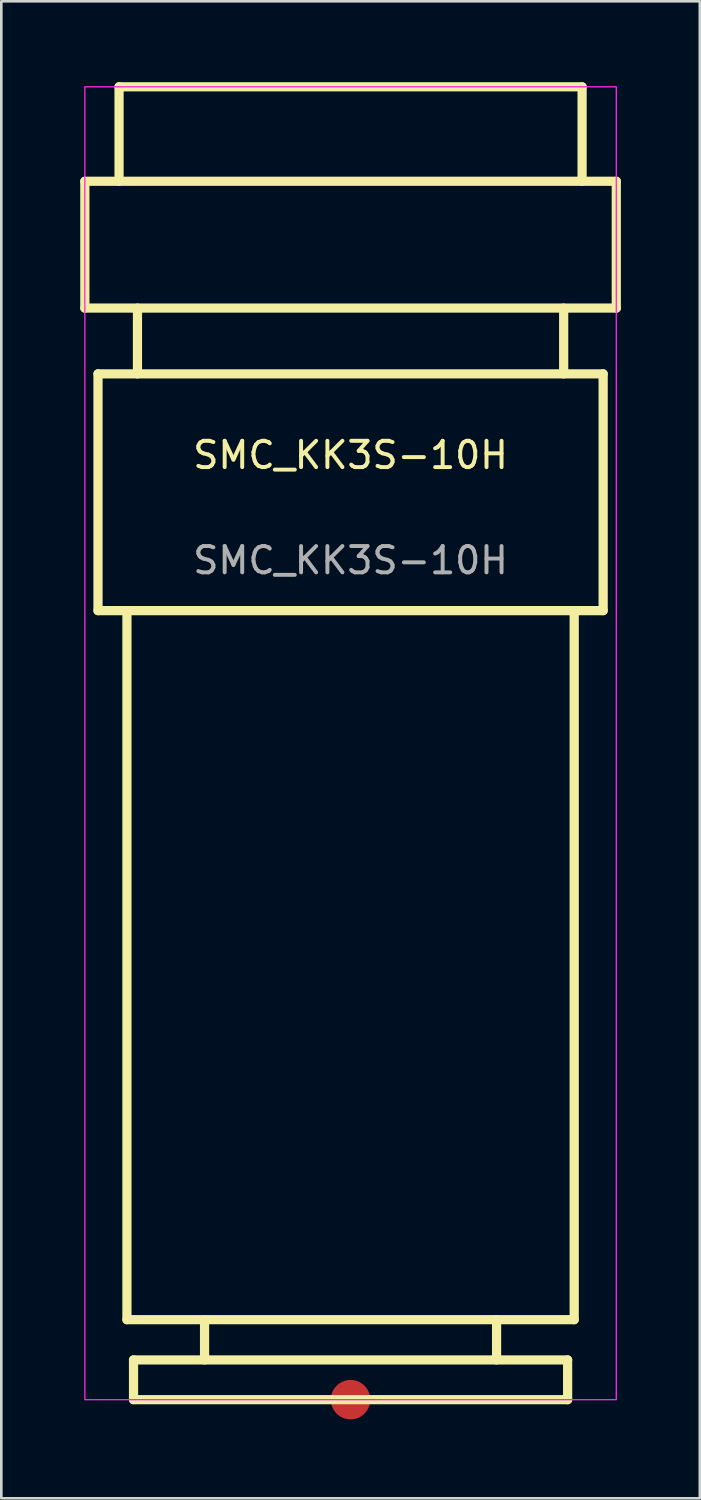
<source format=kicad_pcb>
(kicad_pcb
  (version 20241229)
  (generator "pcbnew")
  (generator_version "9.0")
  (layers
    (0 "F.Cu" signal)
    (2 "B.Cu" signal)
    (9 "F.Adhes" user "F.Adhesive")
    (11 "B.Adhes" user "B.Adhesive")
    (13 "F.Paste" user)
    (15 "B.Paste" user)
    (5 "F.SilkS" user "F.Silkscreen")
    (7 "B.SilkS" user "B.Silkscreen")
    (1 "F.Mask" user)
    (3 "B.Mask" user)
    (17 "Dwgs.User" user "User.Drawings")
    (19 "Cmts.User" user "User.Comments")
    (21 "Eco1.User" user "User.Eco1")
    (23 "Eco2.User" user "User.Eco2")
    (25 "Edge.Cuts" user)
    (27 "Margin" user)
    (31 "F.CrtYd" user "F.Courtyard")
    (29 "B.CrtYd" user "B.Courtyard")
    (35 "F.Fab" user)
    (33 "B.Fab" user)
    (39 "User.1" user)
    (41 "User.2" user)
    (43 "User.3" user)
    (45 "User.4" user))
  (footprint "SMC_KK3S-10H"
    (layer "F.Cu")
    (at 10.275 0.25)
    (property "Reference" "SMC_KK3S-10H" (at 0 14 0) (unlocked yes) (layer "F.SilkS") (effects (font (size 1 1) (thickness 0.15))))
    (fp_line (start -10.1 3.59) (end 10.1 3.59) (stroke (width 0.35) (type solid)) (layer "F.SilkS"))
    (fp_line (start -10.1 8.41) (end -10.1 3.59) (stroke (width 0.35) (type solid)) (layer "F.SilkS"))
    (fp_line (start -10.1 8.41) (end 10.1 8.41) (stroke (width 0.35) (type solid)) (layer "F.SilkS"))
    (fp_line (start -9.6 10.91) (end 9.6 10.91) (stroke (width 0.35) (type solid)) (layer "F.SilkS"))
    (fp_line (start -9.6 19.91) (end -9.6 10.91) (stroke (width 0.35) (type solid)) (layer "F.SilkS"))
    (fp_line (start -9.6 19.91) (end 9.6 19.91) (stroke (width 0.35) (type solid)) (layer "F.SilkS"))
    (fp_line (start -8.8 0) (end 8.8 0) (stroke (width 0.35) (type solid)) (layer "F.SilkS"))
    (fp_line (start -8.8 3.59) (end -8.8 0) (stroke (width 0.35) (type solid)) (layer "F.SilkS"))
    (fp_line (start -8.5 46.86) (end -8.5 19.91) (stroke (width 0.35) (type solid)) (layer "F.SilkS"))
    (fp_line (start -8.5 46.86) (end 8.5 46.86) (stroke (width 0.35) (type solid)) (layer "F.SilkS"))
    (fp_line (start -8.25 48.39) (end 8.25 48.39) (stroke (width 0.35) (type solid)) (layer "F.SilkS"))
    (fp_line (start -8.25 49.9) (end -8.25 48.39) (stroke (width 0.35) (type solid)) (layer "F.SilkS"))
    (fp_line (start -8.25 49.9) (end 8.25 49.9) (stroke (width 0.35) (type solid)) (layer "F.SilkS"))
    (fp_line (start -8.1 10.91) (end -8.1 8.41) (stroke (width 0.35) (type solid)) (layer "F.SilkS"))
    (fp_line (start -5.55 48.39) (end -5.55 46.86) (stroke (width 0.35) (type solid)) (layer "F.SilkS"))
    (fp_line (start 5.55 48.39) (end 5.55 46.86) (stroke (width 0.35) (type solid)) (layer "F.SilkS"))
    (fp_line (start 8.1 10.91) (end 8.1 8.41) (stroke (width 0.35) (type solid)) (layer "F.SilkS"))
    (fp_line (start 8.25 49.9) (end 8.25 48.39) (stroke (width 0.35) (type solid)) (layer "F.SilkS"))
    (fp_line (start 8.5 46.86) (end 8.5 19.91) (stroke (width 0.35) (type solid)) (layer "F.SilkS"))
    (fp_line (start 8.8 3.59) (end 8.8 0) (stroke (width 0.35) (type solid)) (layer "F.SilkS"))
    (fp_line (start 9.6 19.91) (end 9.6 10.91) (stroke (width 0.35) (type solid)) (layer "F.SilkS"))
    (fp_line (start 10.1 8.41) (end 10.1 3.59) (stroke (width 0.35) (type solid)) (layer "F.SilkS"))
    (fp_rect (start -10.1 0) (end 10.1 49.9) (stroke (width 0.05) (type solid)) (fill no) (layer "F.CrtYd"))
    (fp_text user "${REFERENCE}" (at 0 18 0) (unlocked yes) (layer "F.Fab") (effects (font (size 1 1) (thickness 0.15))))
    (pad "1" smd circle (at 0 49.9) (size 1.5 1.5) (layers "F.Cu" "F.Mask" "F.Paste")))
  (gr_rect
    (start -3 -3)
    (end 23.55 53.9)
    (stroke (width 0.1) (type default))
    (fill no)
    (layer "Edge.Cuts")))
</source>
